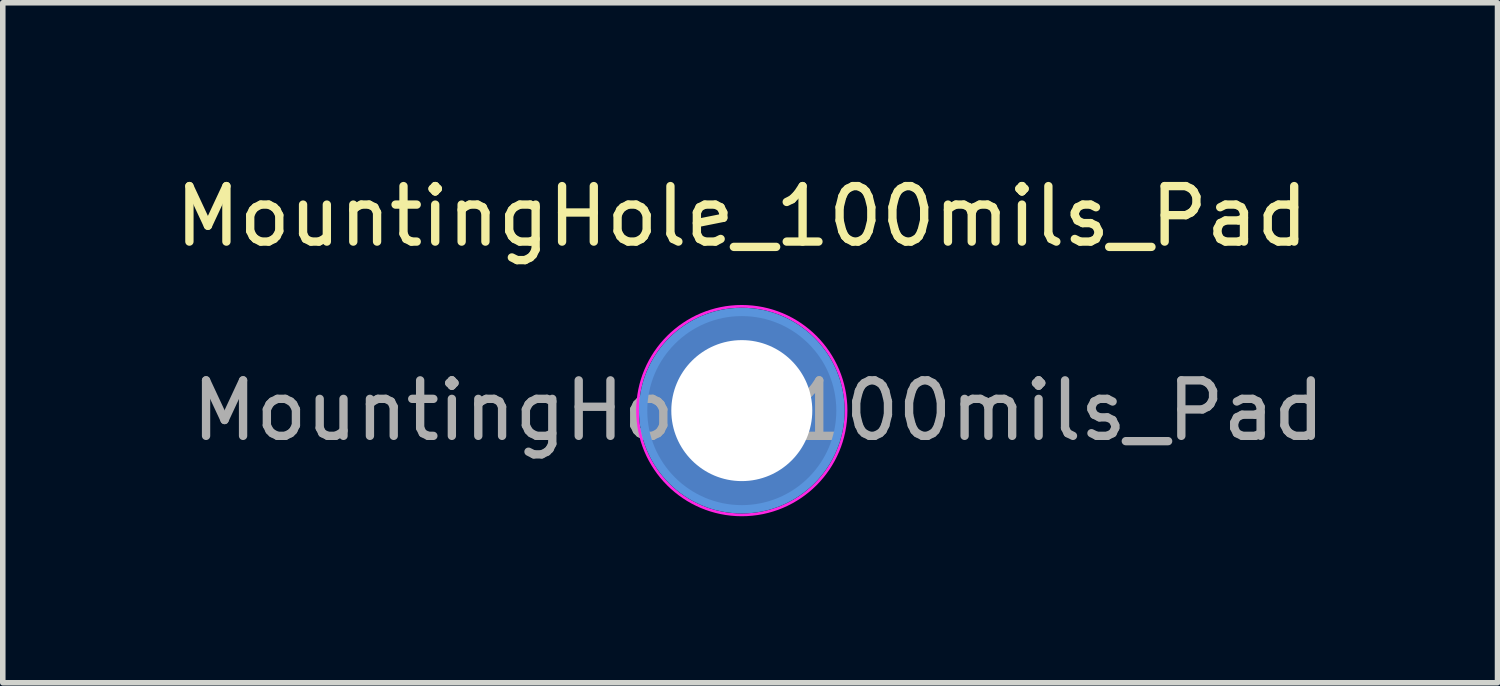
<source format=kicad_pcb>
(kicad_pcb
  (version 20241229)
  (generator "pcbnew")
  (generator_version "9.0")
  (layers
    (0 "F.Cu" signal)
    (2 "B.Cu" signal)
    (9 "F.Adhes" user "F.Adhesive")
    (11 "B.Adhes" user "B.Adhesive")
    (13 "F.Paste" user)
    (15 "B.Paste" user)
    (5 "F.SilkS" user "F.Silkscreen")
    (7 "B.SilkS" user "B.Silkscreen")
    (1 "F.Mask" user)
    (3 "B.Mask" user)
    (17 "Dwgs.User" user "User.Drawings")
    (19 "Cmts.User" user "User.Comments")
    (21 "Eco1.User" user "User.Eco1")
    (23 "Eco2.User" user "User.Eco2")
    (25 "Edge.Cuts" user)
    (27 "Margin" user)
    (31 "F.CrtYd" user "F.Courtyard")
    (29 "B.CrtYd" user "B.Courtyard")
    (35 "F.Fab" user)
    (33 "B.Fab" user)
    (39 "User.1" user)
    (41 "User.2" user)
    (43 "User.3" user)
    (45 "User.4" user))
  (footprint "MountingHole_100mils_Pad"
    (layer "F.Cu")
    (at 10.315 4.348)
    (property "Reference" "MountingHole_100mils_Pad" (at 0 -3.5 0) (layer "F.SilkS") (effects (font (size 1 1) (thickness 0.15))))
    (attr exclude_from_pos_files exclude_from_bom)
    (fp_circle (center 0 0) (end 1.778 0) (stroke (width 0.15) (type solid)) (fill no) (layer "Cmts.User"))
    (fp_circle (center 0 0) (end 1.878 0) (stroke (width 0.05) (type solid)) (fill no) (layer "F.CrtYd"))
    (fp_text user "${REFERENCE}" (at 0.3 0 0) (layer "F.Fab") (effects (font (size 1 1) (thickness 0.15))))
    (pad "1" thru_hole circle (at 0 0) (size 3.556 3.556) (drill 2.54) (layers "*.Cu" "*.Mask")))
  (gr_rect
    (start -3 -3)
    (end 23.931 9.251)
    (stroke (width 0.1) (type default))
    (fill no)
    (layer "Edge.Cuts")))
</source>
